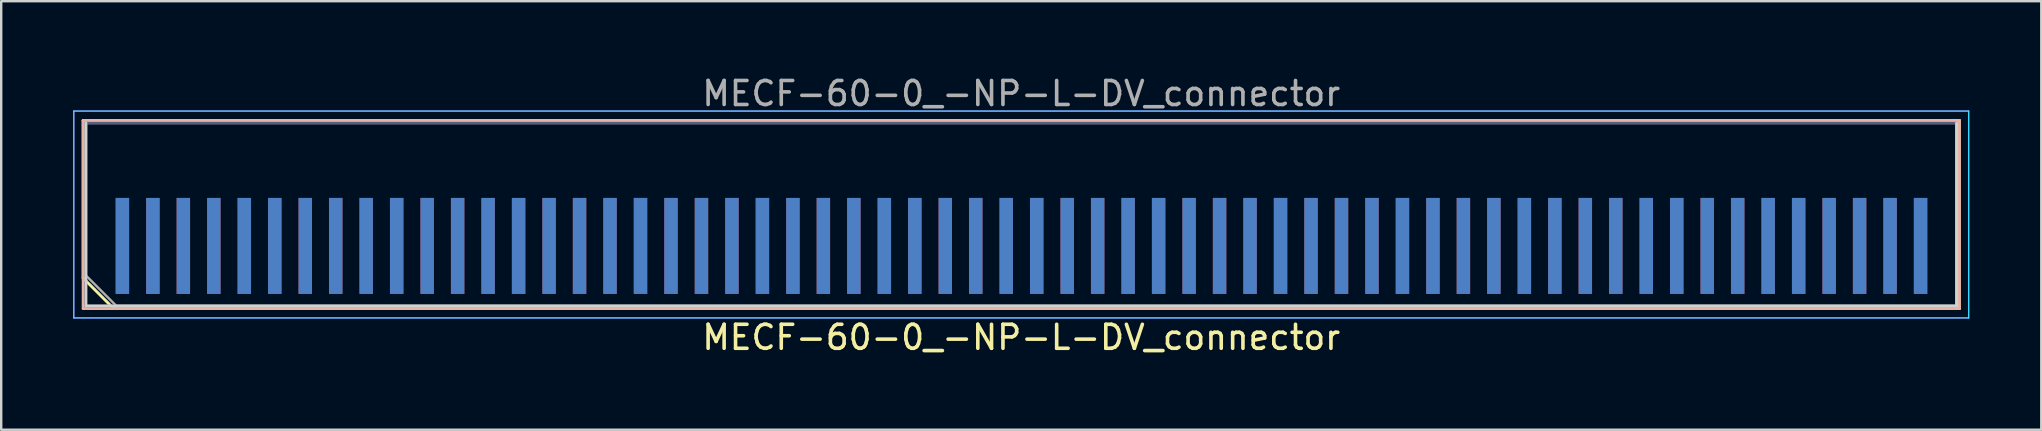
<source format=kicad_pcb>
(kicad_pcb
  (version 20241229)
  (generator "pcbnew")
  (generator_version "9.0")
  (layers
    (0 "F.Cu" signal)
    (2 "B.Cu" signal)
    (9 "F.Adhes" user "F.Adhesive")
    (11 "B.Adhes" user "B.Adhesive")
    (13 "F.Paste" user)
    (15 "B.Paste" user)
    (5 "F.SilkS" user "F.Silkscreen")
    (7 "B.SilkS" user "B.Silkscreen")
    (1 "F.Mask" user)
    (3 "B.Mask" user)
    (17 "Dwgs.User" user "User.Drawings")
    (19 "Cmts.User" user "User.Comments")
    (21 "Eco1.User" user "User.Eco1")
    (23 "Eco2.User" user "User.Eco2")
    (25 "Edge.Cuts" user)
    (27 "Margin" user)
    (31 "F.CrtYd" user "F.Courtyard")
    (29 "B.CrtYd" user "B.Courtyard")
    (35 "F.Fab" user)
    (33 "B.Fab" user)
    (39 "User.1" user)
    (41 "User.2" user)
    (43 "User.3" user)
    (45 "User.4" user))
  (footprint "MECF-60-0_-NP-L-DV_connector"
    (layer "F.Cu")
    (at 39.505 7.198)
    (property "Reference" "MECF-60-0_-NP-L-DV_connector" (at 0 3.81 0) (layer "F.SilkS") (effects (font (size 1 1) (thickness 0.15))))
    (attr smd)
    (fp_line (start -39.09 -5.23) (end 39.09 -5.23) (stroke (width 0.12) (type solid)) (layer "F.SilkS"))
    (fp_line (start -39.09 1.34) (end -39.09 -5.23) (stroke (width 0.12) (type solid)) (layer "F.SilkS"))
    (fp_line (start -37.82 2.61) (end -39.09 1.34) (stroke (width 0.12) (type solid)) (layer "F.SilkS"))
    (fp_line (start -37.82 2.61) (end 39.09 2.61) (stroke (width 0.12) (type solid)) (layer "F.SilkS"))
    (fp_line (start 39.09 2.61) (end 39.09 -5.23) (stroke (width 0.12) (type solid)) (layer "F.SilkS"))
    (fp_line (start -39.09 -5.23) (end 39.09 -5.23) (stroke (width 0.12) (type solid)) (layer "B.SilkS"))
    (fp_line (start -39.09 2.61) (end -39.09 -5.23) (stroke (width 0.12) (type solid)) (layer "B.SilkS"))
    (fp_line (start -39.09 2.61) (end 39.09 2.61) (stroke (width 0.12) (type solid)) (layer "B.SilkS"))
    (fp_line (start 39.09 2.61) (end 39.09 -5.23) (stroke (width 0.12) (type solid)) (layer "B.SilkS"))
    (fp_line (start -38.975 2.5) (end -38.975 -5.12) (stroke (width 0.12) (type solid)) (layer "Edge.Cuts"))
    (fp_line (start -38.975 2.5) (end 38.975 2.5) (stroke (width 0.12) (type solid)) (layer "Edge.Cuts"))
    (fp_line (start 38.975 2.5) (end 38.975 -5.12) (stroke (width 0.12) (type solid)) (layer "Edge.Cuts"))
    (fp_line (start -39.48 -5.62) (end -39.48 3) (stroke (width 0.05) (type solid)) (layer "B.CrtYd"))
    (fp_line (start -39.48 3) (end 39.48 3) (stroke (width 0.05) (type solid)) (layer "B.CrtYd"))
    (fp_line (start 39.48 -5.62) (end -39.48 -5.62) (stroke (width 0.05) (type solid)) (layer "B.CrtYd"))
    (fp_line (start 39.48 3) (end 39.48 -5.62) (stroke (width 0.05) (type solid)) (layer "B.CrtYd"))
    (fp_line (start -39.48 -5.62) (end -39.48 3) (stroke (width 0.05) (type solid)) (layer "F.CrtYd"))
    (fp_line (start -39.48 3) (end 39.48 3) (stroke (width 0.05) (type solid)) (layer "F.CrtYd"))
    (fp_line (start 39.48 -5.62) (end -39.48 -5.62) (stroke (width 0.05) (type solid)) (layer "F.CrtYd"))
    (fp_line (start 39.48 3) (end 39.48 -5.62) (stroke (width 0.05) (type solid)) (layer "F.CrtYd"))
    (fp_line (start -38.975 -5.12) (end 38.975 -5.12) (stroke (width 0.1) (type solid)) (layer "B.Fab"))
    (fp_line (start -38.975 2.5) (end -38.975 -5.12) (stroke (width 0.1) (type solid)) (layer "B.Fab"))
    (fp_line (start -38.975 2.5) (end 38.975 2.5) (stroke (width 0.1) (type solid)) (layer "B.Fab"))
    (fp_line (start 38.975 2.5) (end 38.975 -5.12) (stroke (width 0.1) (type solid)) (layer "B.Fab"))
    (fp_line (start -38.975 -5.12) (end 38.975 -5.12) (stroke (width 0.1) (type solid)) (layer "F.Fab"))
    (fp_line (start -38.975 1.23) (end -38.975 -5.12) (stroke (width 0.1) (type solid)) (layer "F.Fab"))
    (fp_line (start -38.975 1.23) (end -37.705 2.5) (stroke (width 0.1) (type solid)) (layer "F.Fab"))
    (fp_line (start -37.705 2.5) (end 38.975 2.5) (stroke (width 0.1) (type solid)) (layer "F.Fab"))
    (fp_line (start 38.975 2.5) (end 38.975 -5.12) (stroke (width 0.1) (type solid)) (layer "F.Fab"))
    (fp_text user "${REFERENCE}" (at 0 -6.35 0) (layer "F.Fab") (effects (font (size 1 1) (thickness 0.15))))
    (pad "1" smd rect (at -37.455 0) (size 0.56 4) (layers "F.Cu" "F.Mask" "F.Paste"))
    (pad "2" smd rect (at -37.455 0) (size 0.56 4) (layers "B.Cu" "B.Mask" "B.Paste"))
    (pad "3" smd rect (at -36.185 0) (size 0.56 4) (layers "F.Cu" "F.Mask" "F.Paste"))
    (pad "4" smd rect (at -36.185 0) (size 0.56 4) (layers "B.Cu" "B.Mask" "B.Paste"))
    (pad "5" smd rect (at -34.915 0) (size 0.56 4) (layers "F.Cu" "F.Mask" "F.Paste"))
    (pad "6" smd rect (at -34.915 0) (size 0.56 4) (layers "B.Cu" "B.Mask" "B.Paste"))
    (pad "7" smd rect (at -33.645 0) (size 0.56 4) (layers "F.Cu" "F.Mask" "F.Paste"))
    (pad "8" smd rect (at -33.645 0) (size 0.56 4) (layers "B.Cu" "B.Mask" "B.Paste"))
    (pad "9" smd rect (at -32.375 0) (size 0.56 4) (layers "F.Cu" "F.Mask" "F.Paste"))
    (pad "10" smd rect (at -32.375 0) (size 0.56 4) (layers "B.Cu" "B.Mask" "B.Paste"))
    (pad "11" smd rect (at -31.105 0) (size 0.56 4) (layers "F.Cu" "F.Mask" "F.Paste"))
    (pad "12" smd rect (at -31.105 0) (size 0.56 4) (layers "B.Cu" "B.Mask" "B.Paste"))
    (pad "13" smd rect (at -29.835 0) (size 0.56 4) (layers "F.Cu" "F.Mask" "F.Paste"))
    (pad "14" smd rect (at -29.835 0) (size 0.56 4) (layers "B.Cu" "B.Mask" "B.Paste"))
    (pad "15" smd rect (at -28.565 0) (size 0.56 4) (layers "F.Cu" "F.Mask" "F.Paste"))
    (pad "16" smd rect (at -28.565 0) (size 0.56 4) (layers "B.Cu" "B.Mask" "B.Paste"))
    (pad "17" smd rect (at -27.295 0) (size 0.56 4) (layers "F.Cu" "F.Mask" "F.Paste"))
    (pad "18" smd rect (at -27.295 0) (size 0.56 4) (layers "B.Cu" "B.Mask" "B.Paste"))
    (pad "19" smd rect (at -26.025 0) (size 0.56 4) (layers "F.Cu" "F.Mask" "F.Paste"))
    (pad "20" smd rect (at -26.025 0) (size 0.56 4) (layers "B.Cu" "B.Mask" "B.Paste"))
    (pad "21" smd rect (at -24.755 0) (size 0.56 4) (layers "F.Cu" "F.Mask" "F.Paste"))
    (pad "22" smd rect (at -24.755 0) (size 0.56 4) (layers "B.Cu" "B.Mask" "B.Paste"))
    (pad "23" smd rect (at -23.485 0) (size 0.56 4) (layers "F.Cu" "F.Mask" "F.Paste"))
    (pad "24" smd rect (at -23.485 0) (size 0.56 4) (layers "B.Cu" "B.Mask" "B.Paste"))
    (pad "25" smd rect (at -22.215 0) (size 0.56 4) (layers "F.Cu" "F.Mask" "F.Paste"))
    (pad "26" smd rect (at -22.215 0) (size 0.56 4) (layers "B.Cu" "B.Mask" "B.Paste"))
    (pad "27" smd rect (at -20.945 0) (size 0.56 4) (layers "F.Cu" "F.Mask" "F.Paste"))
    (pad "28" smd rect (at -20.945 0) (size 0.56 4) (layers "B.Cu" "B.Mask" "B.Paste"))
    (pad "29" smd rect (at -19.675 0) (size 0.56 4) (layers "F.Cu" "F.Mask" "F.Paste"))
    (pad "30" smd rect (at -19.675 0) (size 0.56 4) (layers "B.Cu" "B.Mask" "B.Paste"))
    (pad "31" smd rect (at -18.405 0) (size 0.56 4) (layers "F.Cu" "F.Mask" "F.Paste"))
    (pad "32" smd rect (at -18.405 0) (size 0.56 4) (layers "B.Cu" "B.Mask" "B.Paste"))
    (pad "33" smd rect (at -17.135 0) (size 0.56 4) (layers "F.Cu" "F.Mask" "F.Paste"))
    (pad "34" smd rect (at -17.135 0) (size 0.56 4) (layers "B.Cu" "B.Mask" "B.Paste"))
    (pad "35" smd rect (at -15.865 0) (size 0.56 4) (layers "F.Cu" "F.Mask" "F.Paste"))
    (pad "36" smd rect (at -15.865 0) (size 0.56 4) (layers "B.Cu" "B.Mask" "B.Paste"))
    (pad "37" smd rect (at -14.595 0) (size 0.56 4) (layers "F.Cu" "F.Mask" "F.Paste"))
    (pad "38" smd rect (at -14.595 0) (size 0.56 4) (layers "B.Cu" "B.Mask" "B.Paste"))
    (pad "39" smd rect (at -13.325 0) (size 0.56 4) (layers "F.Cu" "F.Mask" "F.Paste"))
    (pad "40" smd rect (at -13.325 0) (size 0.56 4) (layers "B.Cu" "B.Mask" "B.Paste"))
    (pad "41" smd rect (at -12.055 0) (size 0.56 4) (layers "F.Cu" "F.Mask" "F.Paste"))
    (pad "42" smd rect (at -12.055 0) (size 0.56 4) (layers "B.Cu" "B.Mask" "B.Paste"))
    (pad "43" smd rect (at -10.785 0) (size 0.56 4) (layers "F.Cu" "F.Mask" "F.Paste"))
    (pad "44" smd rect (at -10.785 0) (size 0.56 4) (layers "B.Cu" "B.Mask" "B.Paste"))
    (pad "45" smd rect (at -9.515 0) (size 0.56 4) (layers "F.Cu" "F.Mask" "F.Paste"))
    (pad "46" smd rect (at -9.515 0) (size 0.56 4) (layers "B.Cu" "B.Mask" "B.Paste"))
    (pad "47" smd rect (at -8.245 0) (size 0.56 4) (layers "F.Cu" "F.Mask" "F.Paste"))
    (pad "48" smd rect (at -8.245 0) (size 0.56 4) (layers "B.Cu" "B.Mask" "B.Paste"))
    (pad "49" smd rect (at -6.975 0) (size 0.56 4) (layers "F.Cu" "F.Mask" "F.Paste"))
    (pad "50" smd rect (at -6.975 0) (size 0.56 4) (layers "B.Cu" "B.Mask" "B.Paste"))
    (pad "51" smd rect (at -5.705 0) (size 0.56 4) (layers "F.Cu" "F.Mask" "F.Paste"))
    (pad "52" smd rect (at -5.705 0) (size 0.56 4) (layers "B.Cu" "B.Mask" "B.Paste"))
    (pad "53" smd rect (at -4.435 0) (size 0.56 4) (layers "F.Cu" "F.Mask" "F.Paste"))
    (pad "54" smd rect (at -4.435 0) (size 0.56 4) (layers "B.Cu" "B.Mask" "B.Paste"))
    (pad "55" smd rect (at -3.165 0) (size 0.56 4) (layers "F.Cu" "F.Mask" "F.Paste"))
    (pad "56" smd rect (at -3.165 0) (size 0.56 4) (layers "B.Cu" "B.Mask" "B.Paste"))
    (pad "57" smd rect (at -1.895 0) (size 0.56 4) (layers "F.Cu" "F.Mask" "F.Paste"))
    (pad "58" smd rect (at -1.895 0) (size 0.56 4) (layers "B.Cu" "B.Mask" "B.Paste"))
    (pad "59" smd rect (at -0.625 0) (size 0.56 4) (layers "F.Cu" "F.Mask" "F.Paste"))
    (pad "60" smd rect (at -0.625 0) (size 0.56 4) (layers "B.Cu" "B.Mask" "B.Paste"))
    (pad "61" smd rect (at 0.645 0) (size 0.56 4) (layers "F.Cu" "F.Mask" "F.Paste"))
    (pad "62" smd rect (at 0.645 0) (size 0.56 4) (layers "B.Cu" "B.Mask" "B.Paste"))
    (pad "63" smd rect (at 1.915 0) (size 0.56 4) (layers "F.Cu" "F.Mask" "F.Paste"))
    (pad "64" smd rect (at 1.915 0) (size 0.56 4) (layers "B.Cu" "B.Mask" "B.Paste"))
    (pad "65" smd rect (at 3.185 0) (size 0.56 4) (layers "F.Cu" "F.Mask" "F.Paste"))
    (pad "66" smd rect (at 3.185 0) (size 0.56 4) (layers "B.Cu" "B.Mask" "B.Paste"))
    (pad "67" smd rect (at 4.455 0) (size 0.56 4) (layers "F.Cu" "F.Mask" "F.Paste"))
    (pad "68" smd rect (at 4.455 0) (size 0.56 4) (layers "B.Cu" "B.Mask" "B.Paste"))
    (pad "69" smd rect (at 5.725 0) (size 0.56 4) (layers "F.Cu" "F.Mask" "F.Paste"))
    (pad "70" smd rect (at 5.725 0) (size 0.56 4) (layers "B.Cu" "B.Mask" "B.Paste"))
    (pad "71" smd rect (at 6.995 0) (size 0.56 4) (layers "F.Cu" "F.Mask" "F.Paste"))
    (pad "72" smd rect (at 6.995 0) (size 0.56 4) (layers "B.Cu" "B.Mask" "B.Paste"))
    (pad "73" smd rect (at 8.265 0) (size 0.56 4) (layers "F.Cu" "F.Mask" "F.Paste"))
    (pad "74" smd rect (at 8.265 0) (size 0.56 4) (layers "B.Cu" "B.Mask" "B.Paste"))
    (pad "75" smd rect (at 9.535 0) (size 0.56 4) (layers "F.Cu" "F.Mask" "F.Paste"))
    (pad "76" smd rect (at 9.535 0) (size 0.56 4) (layers "B.Cu" "B.Mask" "B.Paste"))
    (pad "77" smd rect (at 10.805 0) (size 0.56 4) (layers "F.Cu" "F.Mask" "F.Paste"))
    (pad "78" smd rect (at 10.805 0) (size 0.56 4) (layers "B.Cu" "B.Mask" "B.Paste"))
    (pad "79" smd rect (at 12.075 0) (size 0.56 4) (layers "F.Cu" "F.Mask" "F.Paste"))
    (pad "80" smd rect (at 12.075 0) (size 0.56 4) (layers "B.Cu" "B.Mask" "B.Paste"))
    (pad "81" smd rect (at 13.345 0) (size 0.56 4) (layers "F.Cu" "F.Mask" "F.Paste"))
    (pad "82" smd rect (at 13.345 0) (size 0.56 4) (layers "B.Cu" "B.Mask" "B.Paste"))
    (pad "83" smd rect (at 14.615 0) (size 0.56 4) (layers "F.Cu" "F.Mask" "F.Paste"))
    (pad "84" smd rect (at 14.615 0) (size 0.56 4) (layers "B.Cu" "B.Mask" "B.Paste"))
    (pad "85" smd rect (at 15.885 0) (size 0.56 4) (layers "F.Cu" "F.Mask" "F.Paste"))
    (pad "86" smd rect (at 15.885 0) (size 0.56 4) (layers "B.Cu" "B.Mask" "B.Paste"))
    (pad "87" smd rect (at 17.155 0) (size 0.56 4) (layers "F.Cu" "F.Mask" "F.Paste"))
    (pad "88" smd rect (at 17.155 0) (size 0.56 4) (layers "B.Cu" "B.Mask" "B.Paste"))
    (pad "89" smd rect (at 18.425 0) (size 0.56 4) (layers "F.Cu" "F.Mask" "F.Paste"))
    (pad "90" smd rect (at 18.425 0) (size 0.56 4) (layers "B.Cu" "B.Mask" "B.Paste"))
    (pad "91" smd rect (at 19.695 0) (size 0.56 4) (layers "F.Cu" "F.Mask" "F.Paste"))
    (pad "92" smd rect (at 19.695 0) (size 0.56 4) (layers "B.Cu" "B.Mask" "B.Paste"))
    (pad "93" smd rect (at 20.965 0) (size 0.56 4) (layers "F.Cu" "F.Mask" "F.Paste"))
    (pad "94" smd rect (at 20.965 0) (size 0.56 4) (layers "B.Cu" "B.Mask" "B.Paste"))
    (pad "95" smd rect (at 22.235 0) (size 0.56 4) (layers "F.Cu" "F.Mask" "F.Paste"))
    (pad "96" smd rect (at 22.235 0) (size 0.56 4) (layers "B.Cu" "B.Mask" "B.Paste"))
    (pad "97" smd rect (at 23.505 0) (size 0.56 4) (layers "F.Cu" "F.Mask" "F.Paste"))
    (pad "98" smd rect (at 23.505 0) (size 0.56 4) (layers "B.Cu" "B.Mask" "B.Paste"))
    (pad "99" smd rect (at 24.775 0) (size 0.56 4) (layers "F.Cu" "F.Mask" "F.Paste"))
    (pad "100" smd rect (at 24.775 0) (size 0.56 4) (layers "B.Cu" "B.Mask" "B.Paste"))
    (pad "101" smd rect (at 26.045 0) (size 0.56 4) (layers "F.Cu" "F.Mask" "F.Paste"))
    (pad "102" smd rect (at 26.045 0) (size 0.56 4) (layers "B.Cu" "B.Mask" "B.Paste"))
    (pad "103" smd rect (at 27.315 0) (size 0.56 4) (layers "F.Cu" "F.Mask" "F.Paste"))
    (pad "104" smd rect (at 27.315 0) (size 0.56 4) (layers "B.Cu" "B.Mask" "B.Paste"))
    (pad "105" smd rect (at 28.585 0) (size 0.56 4) (layers "F.Cu" "F.Mask" "F.Paste"))
    (pad "106" smd rect (at 28.585 0) (size 0.56 4) (layers "B.Cu" "B.Mask" "B.Paste"))
    (pad "107" smd rect (at 29.855 0) (size 0.56 4) (layers "F.Cu" "F.Mask" "F.Paste"))
    (pad "108" smd rect (at 29.855 0) (size 0.56 4) (layers "B.Cu" "B.Mask" "B.Paste"))
    (pad "109" smd rect (at 31.125 0) (size 0.56 4) (layers "F.Cu" "F.Mask" "F.Paste"))
    (pad "110" smd rect (at 31.125 0) (size 0.56 4) (layers "B.Cu" "B.Mask" "B.Paste"))
    (pad "111" smd rect (at 32.395 0) (size 0.56 4) (layers "F.Cu" "F.Mask" "F.Paste"))
    (pad "112" smd rect (at 32.395 0) (size 0.56 4) (layers "B.Cu" "B.Mask" "B.Paste"))
    (pad "113" smd rect (at 33.665 0) (size 0.56 4) (layers "F.Cu" "F.Mask" "F.Paste"))
    (pad "114" smd rect (at 33.665 0) (size 0.56 4) (layers "B.Cu" "B.Mask" "B.Paste"))
    (pad "115" smd rect (at 34.935 0) (size 0.56 4) (layers "F.Cu" "F.Mask" "F.Paste"))
    (pad "116" smd rect (at 34.935 0) (size 0.56 4) (layers "B.Cu" "B.Mask" "B.Paste"))
    (pad "117" smd rect (at 36.205 0) (size 0.56 4) (layers "F.Cu" "F.Mask" "F.Paste"))
    (pad "118" smd rect (at 36.205 0) (size 0.56 4) (layers "B.Cu" "B.Mask" "B.Paste"))
    (pad "119" smd rect (at 37.475 0) (size 0.56 4) (layers "F.Cu" "F.Mask" "F.Paste"))
    (pad "120" smd rect (at 37.475 0) (size 0.56 4) (layers "B.Cu" "B.Mask" "B.Paste")))
  (gr_rect
    (start -3 -3)
    (end 82.01 14.857)
    (stroke (width 0.1) (type default))
    (fill no)
    (layer "Edge.Cuts")))
</source>
